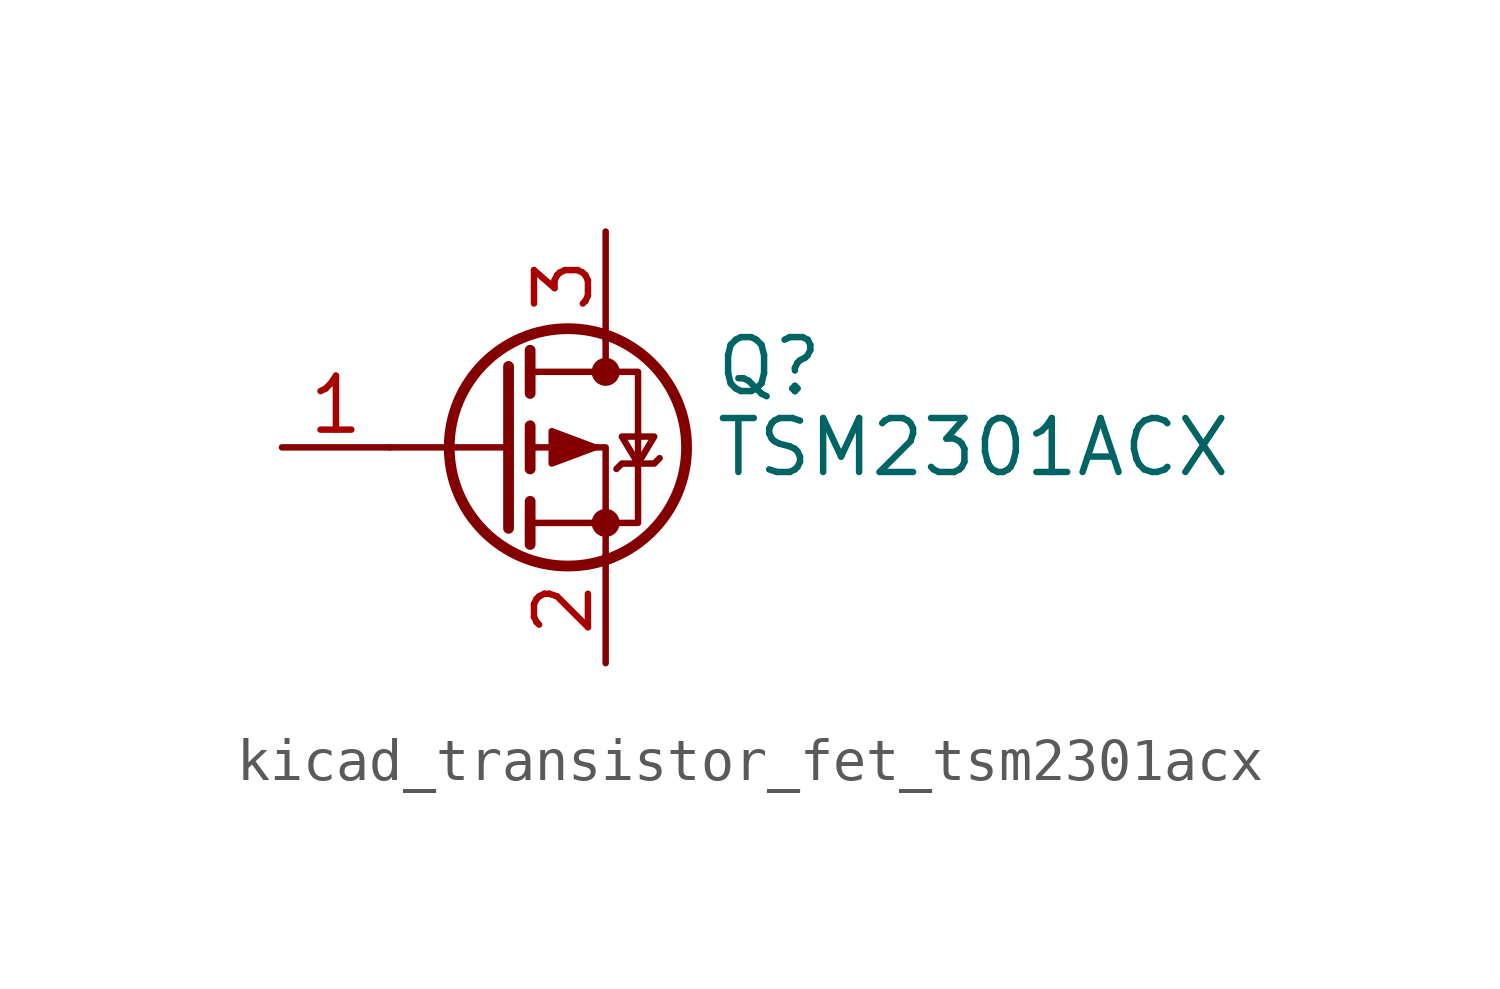
<source format=kicad_sym>
(kicad_symbol_lib
  (version 20220914)
  (generator kicad_symbol_editor)
  (symbol "kicad_transistor_fet_tsm2301acx"
    (pin_names hide)
    (property "Reference" "Q"
      (at 5.08 1.905 0)
      (effects (font (size 1.27 1.27)) (justify left)))
    (property "Value" "TSM2301ACX"
      (at 5.08 0 0)
      (effects (font (size 1.27 1.27)) (justify left)))
    (symbol "kicad_transistor_fet_tsm2301acx_0_1"
      (polyline (pts (xy 0.254 0) (xy -2.54 0)) (stroke (width 0) (type default)) (fill (type none)))
      (polyline (pts (xy 0.254 1.905) (xy 0.254 -1.905)) (stroke (width 0.254) (type default)) (fill (type none)))
      (polyline (pts (xy 0.762 -1.27) (xy 0.762 -2.286)) (stroke (width 0.254) (type default)) (fill (type none)))
      (polyline (pts (xy 0.762 0.508) (xy 0.762 -0.508)) (stroke (width 0.254) (type default)) (fill (type none)))
      (polyline (pts (xy 0.762 2.286) (xy 0.762 1.27)) (stroke (width 0.254) (type default)) (fill (type none)))
      (polyline (pts (xy 2.54 2.54) (xy 2.54 1.778)) (stroke (width 0) (type default)) (fill (type none)))
      (polyline (pts (xy 2.54 -2.54) (xy 2.54 0) (xy 0.762 0)) (stroke (width 0) (type default)) (fill (type none)))
      (polyline (pts (xy 0.762 1.778) (xy 3.302 1.778) (xy 3.302 -1.778) (xy 0.762 -1.778)) (stroke (width 0) (type default)) (fill (type none)))
      (polyline (pts (xy 2.286 0) (xy 1.27 0.381) (xy 1.27 -0.381) (xy 2.286 0)) (stroke (width 0) (type default)) (fill (type outline)))
      (polyline (pts (xy 2.794 -0.508) (xy 2.921 -0.381) (xy 3.683 -0.381) (xy 3.81 -0.254)) (stroke (width 0) (type default)) (fill (type none)))
      (polyline (pts (xy 3.302 -0.381) (xy 2.921 0.254) (xy 3.683 0.254) (xy 3.302 -0.381)) (stroke (width 0) (type default)) (fill (type none)))
      (circle (center 1.651 0) (radius 2.794) (stroke (width 0.254) (type default)) (fill (type none)))
      (circle (center 2.54 -1.778) (radius 0.254) (stroke (width 0) (type default)) (fill (type outline)))
      (circle (center 2.54 1.778) (radius 0.254) (stroke (width 0) (type default)) (fill (type outline))))
    (symbol "kicad_transistor_fet_tsm2301acx_1_1"
      (pin input line (at -5.08 0 0) (length 2.54) (name "G" (effects (font (size 1.27 1.27)))) (number "1" (effects (font (size 1.27 1.27)))))
      (pin passive line (at 2.54 -5.08 90) (length 2.54) (name "S" (effects (font (size 1.27 1.27)))) (number "2" (effects (font (size 1.27 1.27)))))
      (pin passive line (at 2.54 5.08 270) (length 2.54) (name "D" (effects (font (size 1.27 1.27)))) (number "3" (effects (font (size 1.27 1.27))))))))
</source>
